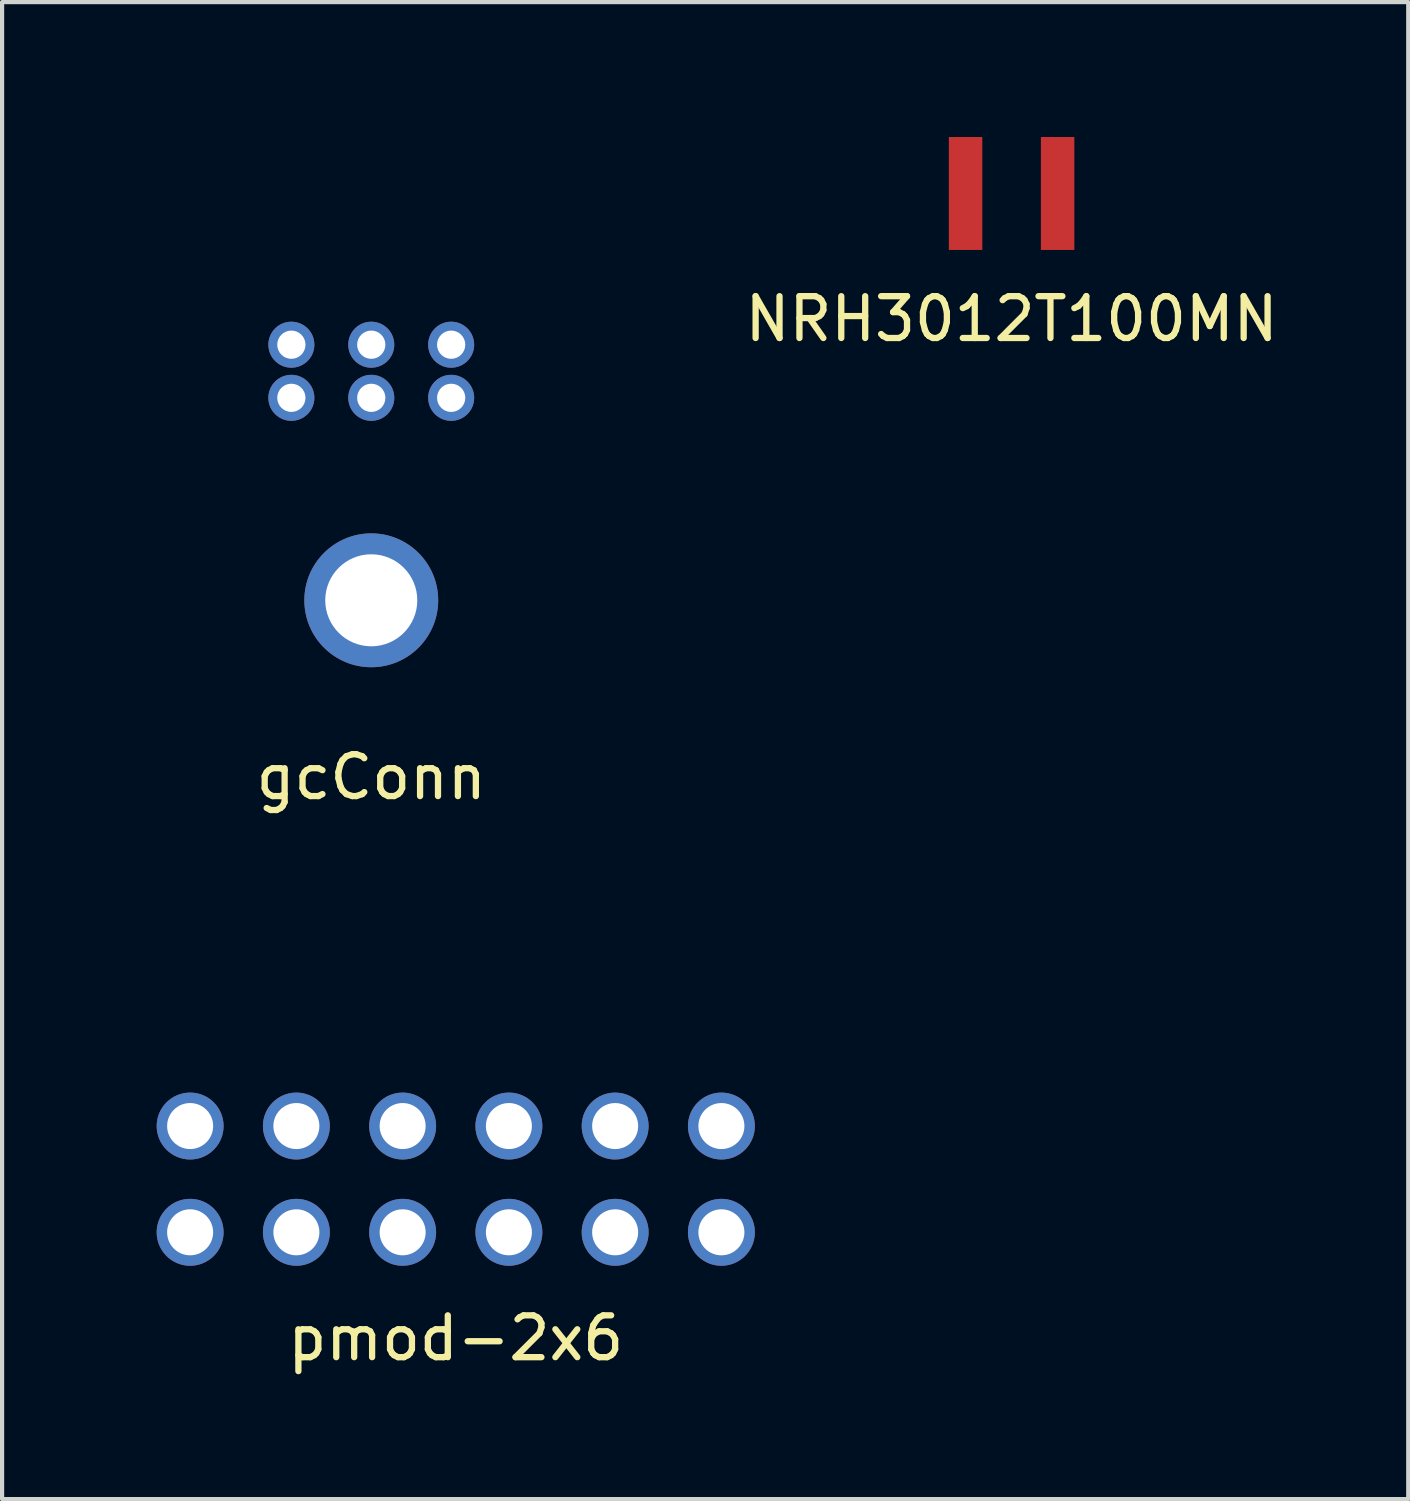
<source format=kicad_pcb>
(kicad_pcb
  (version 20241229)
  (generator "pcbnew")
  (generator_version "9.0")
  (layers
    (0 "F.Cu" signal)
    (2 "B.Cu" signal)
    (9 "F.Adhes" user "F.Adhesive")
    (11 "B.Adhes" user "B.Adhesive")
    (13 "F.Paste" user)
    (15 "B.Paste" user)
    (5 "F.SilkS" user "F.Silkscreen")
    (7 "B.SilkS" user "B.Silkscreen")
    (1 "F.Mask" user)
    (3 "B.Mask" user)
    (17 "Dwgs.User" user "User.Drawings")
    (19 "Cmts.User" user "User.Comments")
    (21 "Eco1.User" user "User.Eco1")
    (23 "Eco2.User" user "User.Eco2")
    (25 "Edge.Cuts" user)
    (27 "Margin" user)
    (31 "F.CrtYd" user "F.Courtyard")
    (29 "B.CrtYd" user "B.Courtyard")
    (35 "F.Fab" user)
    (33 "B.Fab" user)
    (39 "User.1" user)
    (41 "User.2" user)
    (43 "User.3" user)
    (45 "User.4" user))
  (footprint "pmod-2x6"
    (layer "F.Cu")
    (at 7.845 25.138)
    (property "Reference" "pmod-2x6" (at 0 3.8 0) (layer "F.SilkS") (effects (font (size 1 1) (thickness 0.15))))
    (attr through_hole)
    (fp_line (start -7.77 -5.69) (end 7.77 -5.69) (stroke (width 0.15) (type solid)) (layer "Eco1.User"))
    (fp_line (start -7.77 2.39) (end -7.77 -5.69) (stroke (width 0.15) (type solid)) (layer "Eco1.User"))
    (fp_line (start 7.77 -5.69) (end 7.77 2.39) (stroke (width 0.15) (type solid)) (layer "Eco1.User"))
    (fp_line (start 7.77 2.39) (end -7.77 2.39) (stroke (width 0.15) (type solid)) (layer "Eco1.User"))
    (pad "1" thru_hole circle (at 6.35 1.27) (size 1.6 1.6) (drill 1.1) (layers "*.Cu" "*.Mask"))
    (pad "2" thru_hole circle (at 3.81 1.27) (size 1.6 1.6) (drill 1.1) (layers "*.Cu" "*.Mask"))
    (pad "3" thru_hole circle (at 1.27 1.27) (size 1.6 1.6) (drill 1.1) (layers "*.Cu" "*.Mask"))
    (pad "4" thru_hole circle (at -1.27 1.27) (size 1.6 1.6) (drill 1.1) (layers "*.Cu" "*.Mask"))
    (pad "5" thru_hole circle (at -3.81 1.27) (size 1.6 1.6) (drill 1.1) (layers "*.Cu" "*.Mask"))
    (pad "6" thru_hole circle (at -6.35 1.27) (size 1.6 1.6) (drill 1.1) (layers "*.Cu" "*.Mask"))
    (pad "7" thru_hole circle (at 6.35 -1.27) (size 1.6 1.6) (drill 1.1) (layers "*.Cu" "*.Mask"))
    (pad "8" thru_hole circle (at 3.81 -1.27) (size 1.6 1.6) (drill 1.1) (layers "*.Cu" "*.Mask"))
    (pad "9" thru_hole circle (at 1.27 -1.27) (size 1.6 1.6) (drill 1.1) (layers "*.Cu" "*.Mask"))
    (pad "10" thru_hole circle (at -1.27 -1.27) (size 1.6 1.6) (drill 1.1) (layers "*.Cu" "*.Mask"))
    (pad "11" thru_hole circle (at -3.81 -1.27) (size 1.6 1.6) (drill 1.1) (layers "*.Cu" "*.Mask"))
    (pad "12" thru_hole circle (at -6.35 -1.27) (size 1.6 1.6) (drill 1.1) (layers "*.Cu" "*.Mask")))
  (footprint "gcConn"
    (layer "F.Cu")
    (at 5.825 5.825)
    (property "Reference" "gcConn" (at 0 9.7 0) (layer "F.SilkS") (effects (font (size 1 1) (thickness 0.15))))
    (attr through_hole)
    (fp_line (start -5.75 -5.75) (end -5.75 5.75) (stroke (width 0.15) (type solid)) (layer "Eco1.User"))
    (fp_line (start -5.75 5.75) (end -1.76 5.75) (stroke (width 0.15) (type solid)) (layer "Eco1.User"))
    (fp_line (start 5.75 -5.75) (end -5.75 -5.75) (stroke (width 0.15) (type solid)) (layer "Eco1.User"))
    (fp_line (start 5.75 5.75) (end 1.8 5.75) (stroke (width 0.15) (type solid)) (layer "Eco1.User"))
    (fp_line (start 5.75 5.75) (end 5.75 -5.75) (stroke (width 0.15) (type solid)) (layer "Eco1.User"))
    (pad "1" thru_hole circle (at 1.91 0.635) (size 1.1 1.1) (drill 0.675) (layers "*.Cu" "*.Mask"))
    (pad "2" thru_hole circle (at 0 0.635) (size 1.1 1.1) (drill 0.675) (layers "*.Cu" "*.Mask"))
    (pad "3" thru_hole circle (at -1.91 0.635) (size 1.1 1.1) (drill 0.675) (layers "*.Cu" "*.Mask"))
    (pad "4" thru_hole circle (at 1.91 -0.635) (size 1.1 1.1) (drill 0.675) (layers "*.Cu" "*.Mask"))
    (pad "5" thru_hole circle (at 0 -0.635) (size 1.1 1.1) (drill 0.675) (layers "*.Cu" "*.Mask"))
    (pad "6" thru_hole circle (at -1.91 -0.635) (size 1.1 1.1) (drill 0.675) (layers "*.Cu" "*.Mask"))
    (pad "7" thru_hole circle (at 0 5.475) (size 3.2 3.2) (drill 2.2) (layers "*.Cu" "*.Mask")))
  (footprint "NRH3012T100MN"
    (layer "F.Cu")
    (at 21.132 1.575)
    (property "Reference" "NRH3012T100MN" (at 0 3 0) (layer "F.SilkS") (effects (font (size 1 1) (thickness 0.15))))
    (attr through_hole)
    (fp_line (start -1.5 -1.5) (end 1.5 -1.5) (stroke (width 0.15) (type solid)) (layer "Eco1.User"))
    (fp_line (start -1.5 1.5) (end -1.5 -1.5) (stroke (width 0.15) (type solid)) (layer "Eco1.User"))
    (fp_line (start 1.5 -1.5) (end 1.5 1.5) (stroke (width 0.15) (type solid)) (layer "Eco1.User"))
    (fp_line (start 1.5 1.5) (end -1.5 1.5) (stroke (width 0.15) (type solid)) (layer "Eco1.User"))
    (pad "1" smd rect (at -1.1 0) (size 0.8 2.7) (layers "F.Cu" "F.Mask" "F.Paste"))
    (pad "2" smd rect (at 1.1 0) (size 0.8 2.7) (layers "F.Cu" "F.Mask" "F.Paste")))
  (gr_rect
    (start -3 -3)
    (end 30.614 32.786)
    (stroke (width 0.1) (type default))
    (fill no)
    (layer "Edge.Cuts")))
</source>
